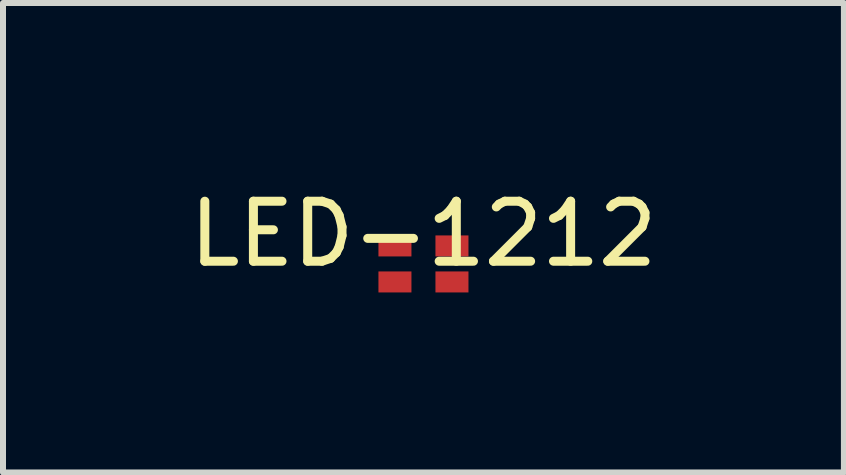
<source format=kicad_pcb>
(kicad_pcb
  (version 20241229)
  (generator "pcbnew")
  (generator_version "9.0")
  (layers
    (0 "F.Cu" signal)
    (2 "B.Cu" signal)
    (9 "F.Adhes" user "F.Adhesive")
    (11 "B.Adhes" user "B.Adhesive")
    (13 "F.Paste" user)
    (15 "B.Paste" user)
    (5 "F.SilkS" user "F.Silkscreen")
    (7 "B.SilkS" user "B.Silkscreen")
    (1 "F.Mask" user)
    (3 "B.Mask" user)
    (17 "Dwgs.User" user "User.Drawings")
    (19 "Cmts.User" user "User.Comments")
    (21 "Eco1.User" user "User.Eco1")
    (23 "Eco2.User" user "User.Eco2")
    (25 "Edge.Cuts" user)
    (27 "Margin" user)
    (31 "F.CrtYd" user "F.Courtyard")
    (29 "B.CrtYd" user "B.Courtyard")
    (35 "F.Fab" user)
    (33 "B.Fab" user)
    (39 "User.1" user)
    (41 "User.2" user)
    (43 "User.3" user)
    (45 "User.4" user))
  (footprint "LED-1212"
    (layer "F.Cu")
    (at 4.006 1.348)
    (property "Reference" "LED-1212" (at 0 -0.5 0) (unlocked yes) (layer "F.SilkS") (effects (font (size 1 1) (thickness 0.15))))
    (attr smd)
    (pad "1" smd rect (at 0.475 0.3) (size 0.55 0.35) (layers "F.Cu" "F.Mask" "F.Paste"))
    (pad "2" smd rect (at 0.475 -0.3) (size 0.55 0.35) (layers "F.Cu" "F.Mask" "F.Paste"))
    (pad "3" smd rect (at -0.475 -0.3) (size 0.55 0.35) (layers "F.Cu" "F.Mask" "F.Paste"))
    (pad "4" smd rect (at -0.475 0.3) (size 0.55 0.35) (layers "F.Cu" "F.Mask" "F.Paste")))
  (gr_rect
    (start -3 -3)
    (end 11.012 4.823)
    (stroke (width 0.1) (type default))
    (fill no)
    (layer "Edge.Cuts")))
</source>
